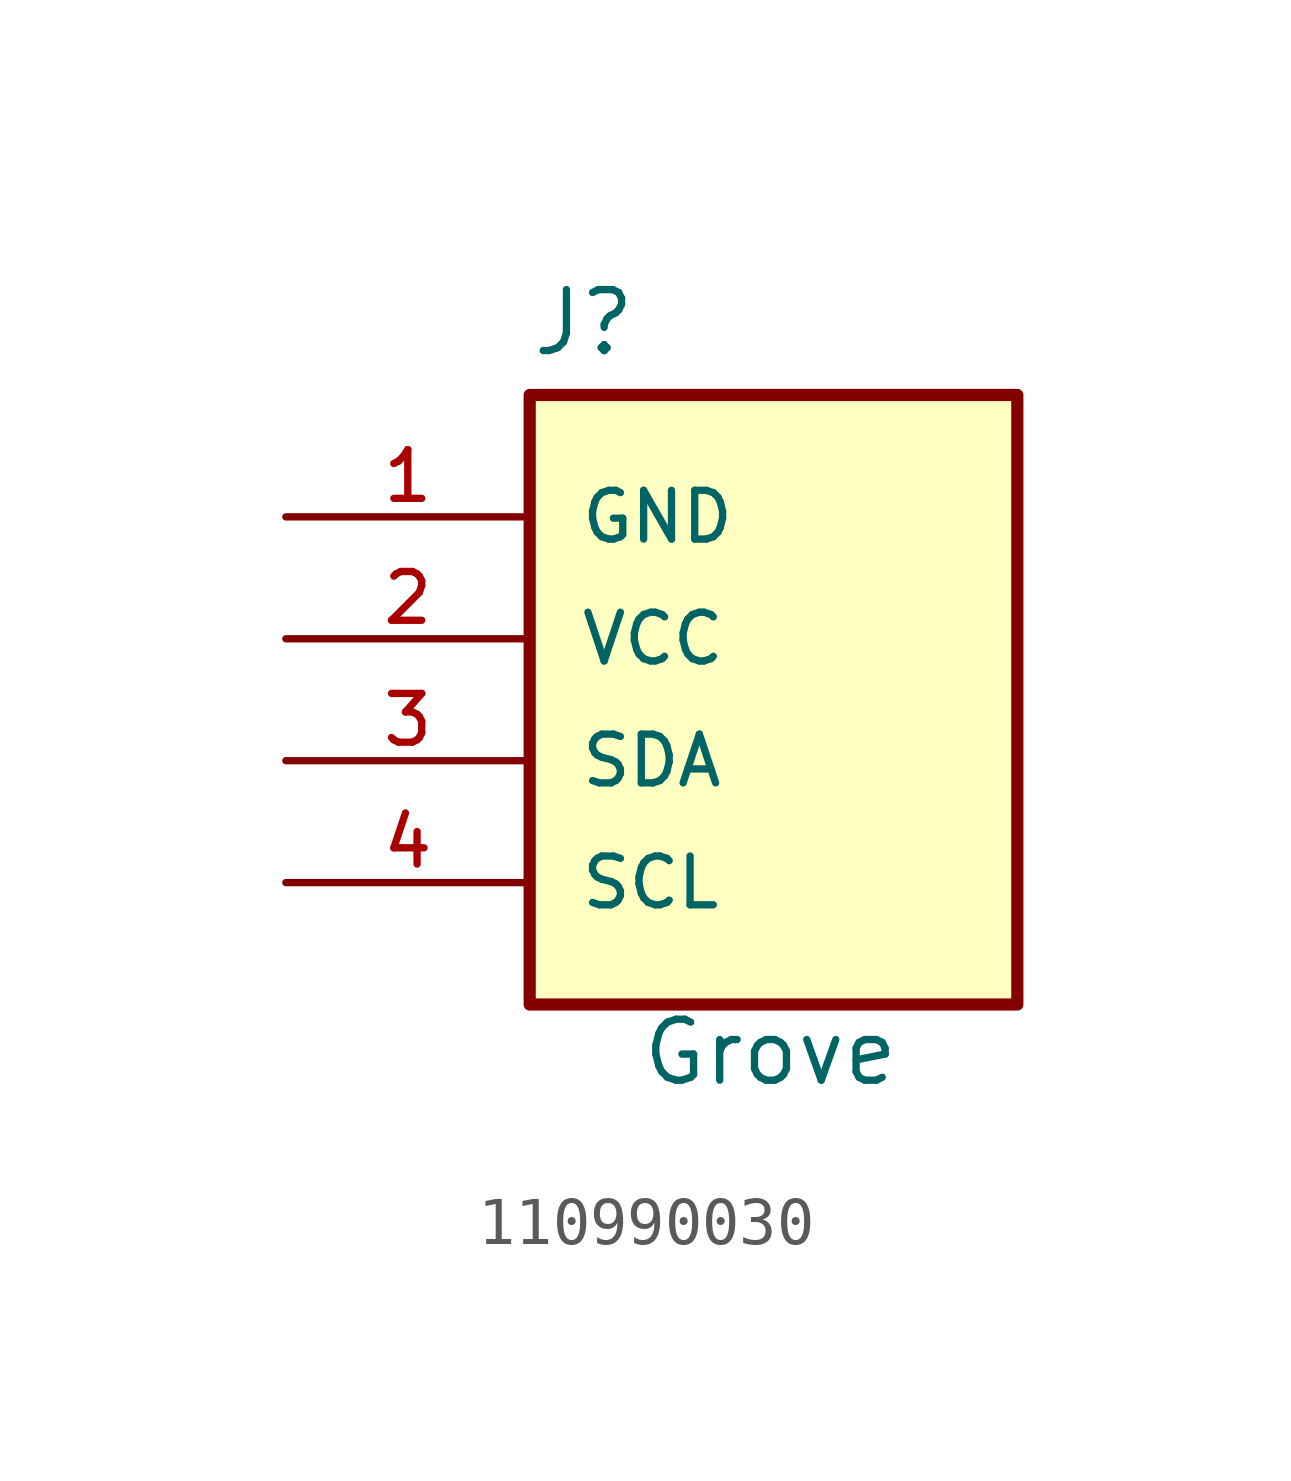
<source format=kicad_sym>
(kicad_symbol_lib
  (version 20231120)
  (generator "kicad_symbol_editor")
  (generator_version "8.0")
  (symbol "110990030"
    (pin_names
      (offset 1.016))
    (property "Reference" "J"
      (at -5.08 5.842 0)
      (effects (font (size 1.27 1.27)) (justify left bottom)))
    (property "Value" "Grove "
      (at -2.794 -7.874 0)
      (effects (font (size 1.27 1.27)) (justify left top)))
    (symbol "110990030_0_0"
      (rectangle (start -5.08 5.08) (end 5.08 -7.62) (stroke (width 0.254) (type default)) (fill (type background))))
    (symbol "110990030_1_0"
      (pin passive line (at -10.16 2.54 0) (length 5.08) (name "GND" (effects (font (size 1.016 1.016)))) (number "1" (effects (font (size 1.016 1.016)))))
      (pin passive line (at -10.16 0 0) (length 5.08) (name "VCC" (effects (font (size 1.016 1.016)))) (number "2" (effects (font (size 1.016 1.016)))))
      (pin passive line (at -10.16 -2.54 0) (length 5.08) (name "SDA" (effects (font (size 1.016 1.016)))) (number "3" (effects (font (size 1.016 1.016)))))
      (pin passive line (at -10.16 -5.08 0) (length 5.08) (name "SCL" (effects (font (size 1.016 1.016)))) (number "4" (effects (font (size 1.016 1.016))))))))
</source>
